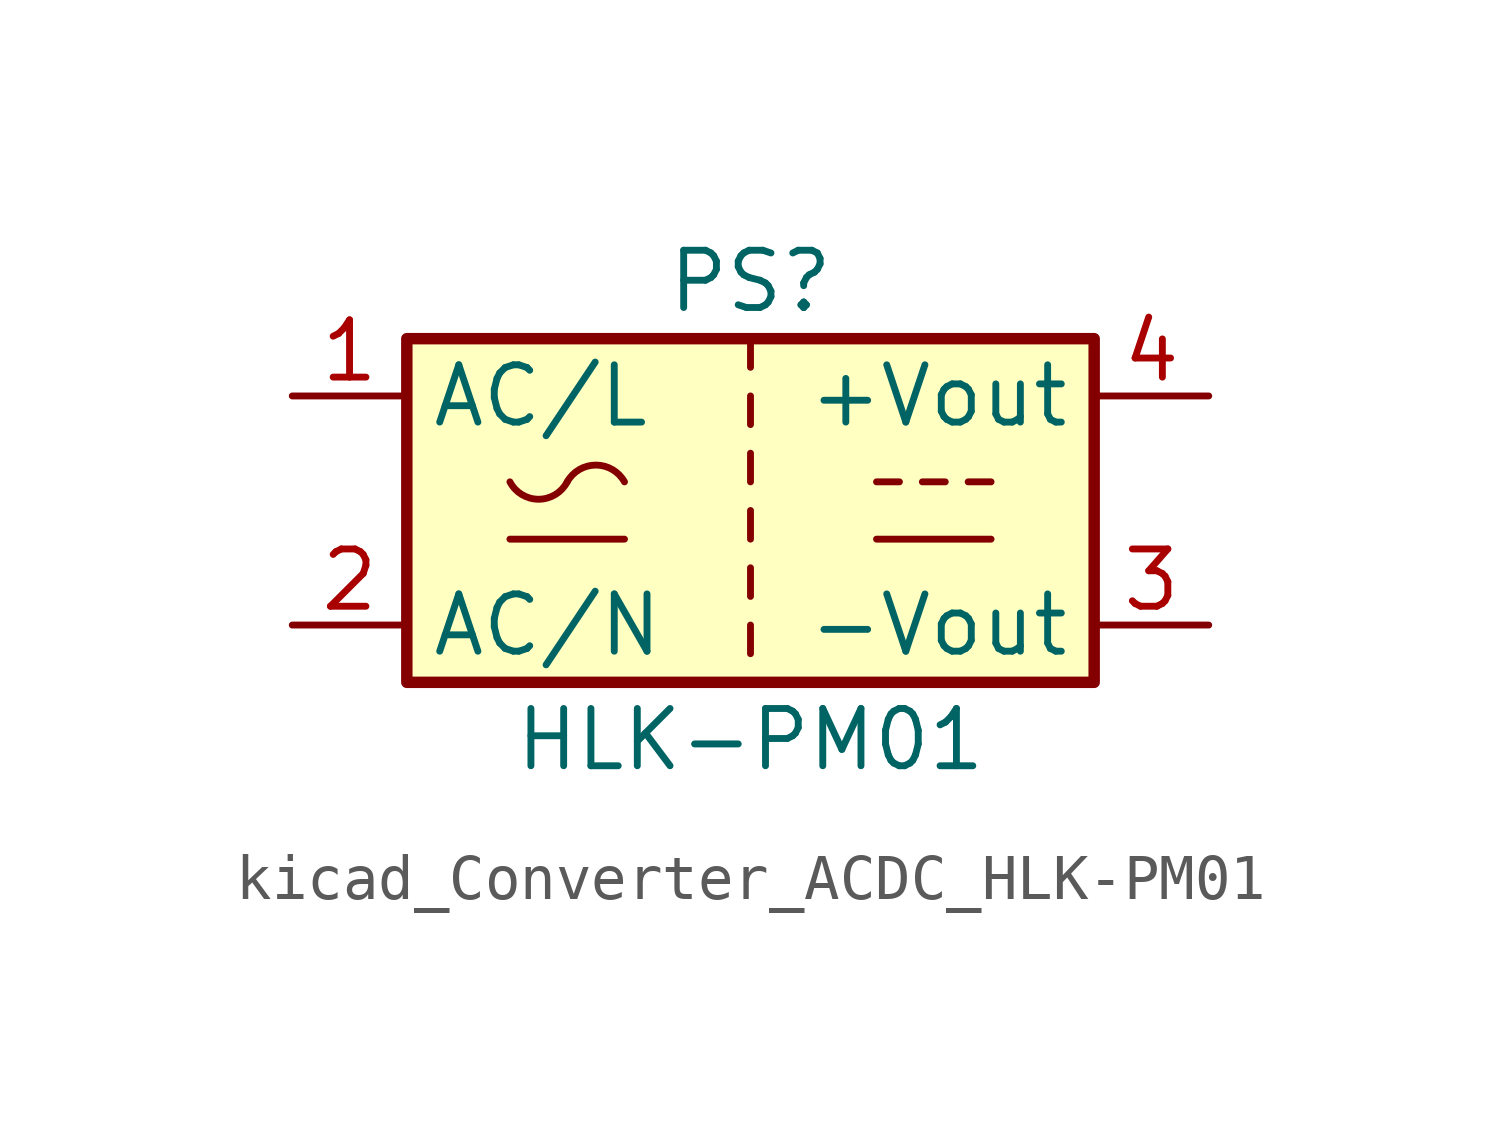
<source format=kicad_sym>
(kicad_symbol_lib
  (version 20220914)
  (generator kicad_symbol_editor)
  (symbol "kicad_Converter_ACDC_HLK-PM01"
    (property "Reference" "PS"
      (at 0 5.08 0)
      (effects (font (size 1.27 1.27))))
    (property "Value" "HLK-PM01"
      (at 0 -5.08 0)
      (effects (font (size 1.27 1.27))))
    (symbol "kicad_Converter_ACDC_HLK-PM01_0_1"
      (rectangle (start -7.62 3.81) (end 7.62 -3.81) (stroke (width 0.254) (type default)) (fill (type background)))
      (arc (start -5.334 0.635) (mid -4.699 0.2495) (end -4.064 0.635) (stroke (width 0) (type default)) (fill (type none)))
      (arc (start -2.794 0.635) (mid -3.429 1.0072) (end -4.064 0.635) (stroke (width 0) (type default)) (fill (type none)))
      (polyline (pts (xy -5.334 -0.635) (xy -2.794 -0.635)) (stroke (width 0) (type default)) (fill (type none)))
      (polyline (pts (xy 0 -2.54) (xy 0 -3.175)) (stroke (width 0) (type default)) (fill (type none)))
      (polyline (pts (xy 0 -1.27) (xy 0 -1.905)) (stroke (width 0) (type default)) (fill (type none)))
      (polyline (pts (xy 0 0) (xy 0 -0.635)) (stroke (width 0) (type default)) (fill (type none)))
      (polyline (pts (xy 0 1.27) (xy 0 0.635)) (stroke (width 0) (type default)) (fill (type none)))
      (polyline (pts (xy 0 2.54) (xy 0 1.905)) (stroke (width 0) (type default)) (fill (type none)))
      (polyline (pts (xy 0 3.81) (xy 0 3.175)) (stroke (width 0) (type default)) (fill (type none)))
      (polyline (pts (xy 2.794 -0.635) (xy 5.334 -0.635)) (stroke (width 0) (type default)) (fill (type none)))
      (polyline (pts (xy 2.794 0.635) (xy 3.302 0.635)) (stroke (width 0) (type default)) (fill (type none)))
      (polyline (pts (xy 3.81 0.635) (xy 4.318 0.635)) (stroke (width 0) (type default)) (fill (type none)))
      (polyline (pts (xy 4.826 0.635) (xy 5.334 0.635)) (stroke (width 0) (type default)) (fill (type none))))
    (symbol "kicad_Converter_ACDC_HLK-PM01_1_1"
      (pin power_in line (at -10.16 2.54 0) (length 2.54) (name "AC/L" (effects (font (size 1.27 1.27)))) (number "1" (effects (font (size 1.27 1.27)))))
      (pin power_in line (at -10.16 -2.54 0) (length 2.54) (name "AC/N" (effects (font (size 1.27 1.27)))) (number "2" (effects (font (size 1.27 1.27)))))
      (pin power_out line (at 10.16 -2.54 180) (length 2.54) (name "-Vout" (effects (font (size 1.27 1.27)))) (number "3" (effects (font (size 1.27 1.27)))))
      (pin power_out line (at 10.16 2.54 180) (length 2.54) (name "+Vout" (effects (font (size 1.27 1.27)))) (number "4" (effects (font (size 1.27 1.27))))))))
</source>
